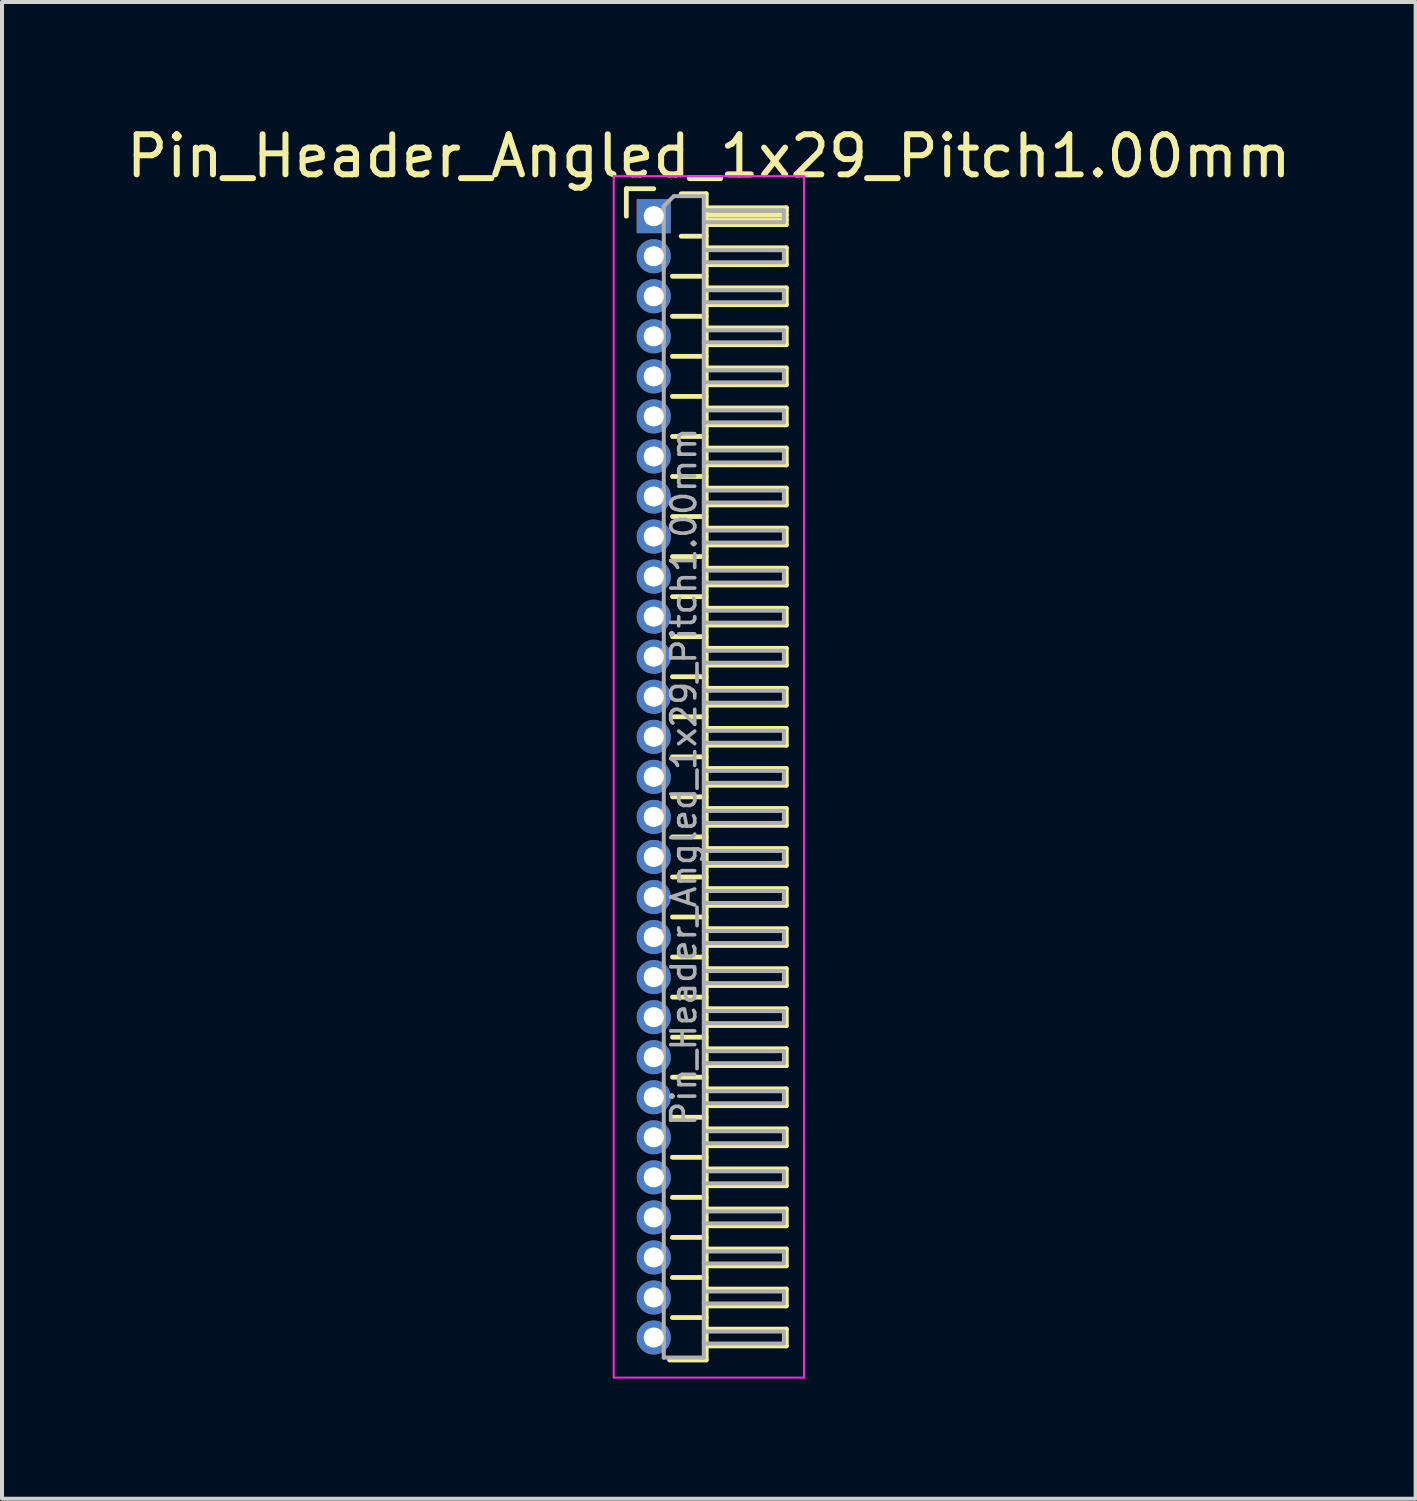
<source format=kicad_pcb>
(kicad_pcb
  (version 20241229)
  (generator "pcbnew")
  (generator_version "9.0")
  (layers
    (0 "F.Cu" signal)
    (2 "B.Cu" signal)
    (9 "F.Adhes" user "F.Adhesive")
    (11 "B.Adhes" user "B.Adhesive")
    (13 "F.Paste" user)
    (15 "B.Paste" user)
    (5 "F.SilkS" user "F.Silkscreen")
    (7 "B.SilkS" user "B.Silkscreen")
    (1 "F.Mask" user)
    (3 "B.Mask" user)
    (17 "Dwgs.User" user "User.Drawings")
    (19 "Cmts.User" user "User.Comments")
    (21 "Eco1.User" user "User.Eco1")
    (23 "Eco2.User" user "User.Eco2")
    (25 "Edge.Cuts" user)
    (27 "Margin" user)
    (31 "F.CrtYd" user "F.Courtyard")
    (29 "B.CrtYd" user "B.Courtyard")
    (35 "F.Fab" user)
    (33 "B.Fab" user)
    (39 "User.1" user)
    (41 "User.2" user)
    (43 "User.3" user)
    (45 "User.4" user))
  (footprint "Pin_Header_Angled_1x29_Pitch1.00mm"
    (layer "F.Cu")
    (at 13.274 2.348)
    (property "Reference" "Pin_Header_Angled_1x29_Pitch1.00mm" (at 1.375 -1.5 0) (layer "F.SilkS") (effects (font (size 1 1) (thickness 0.15))))
    (attr through_hole)
    (fp_line (start -0.685 -0.685) (end 0 -0.685) (stroke (width 0.12) (type solid)) (layer "F.SilkS"))
    (fp_line (start -0.685 0) (end -0.685 -0.685) (stroke (width 0.12) (type solid)) (layer "F.SilkS"))
    (fp_line (start 0.468 1.5) (end 1.31 1.5) (stroke (width 0.12) (type solid)) (layer "F.SilkS"))
    (fp_line (start 0.468 2.5) (end 1.31 2.5) (stroke (width 0.12) (type solid)) (layer "F.SilkS"))
    (fp_line (start 0.468 3.5) (end 1.31 3.5) (stroke (width 0.12) (type solid)) (layer "F.SilkS"))
    (fp_line (start 0.468 4.5) (end 1.31 4.5) (stroke (width 0.12) (type solid)) (layer "F.SilkS"))
    (fp_line (start 0.468 5.5) (end 1.31 5.5) (stroke (width 0.12) (type solid)) (layer "F.SilkS"))
    (fp_line (start 0.468 6.5) (end 1.31 6.5) (stroke (width 0.12) (type solid)) (layer "F.SilkS"))
    (fp_line (start 0.468 7.5) (end 1.31 7.5) (stroke (width 0.12) (type solid)) (layer "F.SilkS"))
    (fp_line (start 0.468 8.5) (end 1.31 8.5) (stroke (width 0.12) (type solid)) (layer "F.SilkS"))
    (fp_line (start 0.468 9.5) (end 1.31 9.5) (stroke (width 0.12) (type solid)) (layer "F.SilkS"))
    (fp_line (start 0.468 10.5) (end 1.31 10.5) (stroke (width 0.12) (type solid)) (layer "F.SilkS"))
    (fp_line (start 0.468 11.5) (end 1.31 11.5) (stroke (width 0.12) (type solid)) (layer "F.SilkS"))
    (fp_line (start 0.468 12.5) (end 1.31 12.5) (stroke (width 0.12) (type solid)) (layer "F.SilkS"))
    (fp_line (start 0.468 13.5) (end 1.31 13.5) (stroke (width 0.12) (type solid)) (layer "F.SilkS"))
    (fp_line (start 0.468 14.5) (end 1.31 14.5) (stroke (width 0.12) (type solid)) (layer "F.SilkS"))
    (fp_line (start 0.468 15.5) (end 1.31 15.5) (stroke (width 0.12) (type solid)) (layer "F.SilkS"))
    (fp_line (start 0.468 16.5) (end 1.31 16.5) (stroke (width 0.12) (type solid)) (layer "F.SilkS"))
    (fp_line (start 0.468 17.5) (end 1.31 17.5) (stroke (width 0.12) (type solid)) (layer "F.SilkS"))
    (fp_line (start 0.468 18.5) (end 1.31 18.5) (stroke (width 0.12) (type solid)) (layer "F.SilkS"))
    (fp_line (start 0.468 19.5) (end 1.31 19.5) (stroke (width 0.12) (type solid)) (layer "F.SilkS"))
    (fp_line (start 0.468 20.5) (end 1.31 20.5) (stroke (width 0.12) (type solid)) (layer "F.SilkS"))
    (fp_line (start 0.468 21.5) (end 1.31 21.5) (stroke (width 0.12) (type solid)) (layer "F.SilkS"))
    (fp_line (start 0.468 22.5) (end 1.31 22.5) (stroke (width 0.12) (type solid)) (layer "F.SilkS"))
    (fp_line (start 0.468 23.5) (end 1.31 23.5) (stroke (width 0.12) (type solid)) (layer "F.SilkS"))
    (fp_line (start 0.468 24.5) (end 1.31 24.5) (stroke (width 0.12) (type solid)) (layer "F.SilkS"))
    (fp_line (start 0.468 25.5) (end 1.31 25.5) (stroke (width 0.12) (type solid)) (layer "F.SilkS"))
    (fp_line (start 0.468 26.5) (end 1.31 26.5) (stroke (width 0.12) (type solid)) (layer "F.SilkS"))
    (fp_line (start 0.468 27.5) (end 1.31 27.5) (stroke (width 0.12) (type solid)) (layer "F.SilkS"))
    (fp_line (start 0.685 -0.56) (end 1.31 -0.56) (stroke (width 0.12) (type solid)) (layer "F.SilkS"))
    (fp_line (start 0.685 0.5) (end 1.31 0.5) (stroke (width 0.12) (type solid)) (layer "F.SilkS"))
    (fp_line (start 1.31 -0.56) (end 1.31 28.56) (stroke (width 0.12) (type solid)) (layer "F.SilkS"))
    (fp_line (start 1.31 -0.21) (end 3.31 -0.21) (stroke (width 0.12) (type solid)) (layer "F.SilkS"))
    (fp_line (start 1.31 -0.15) (end 3.31 -0.15) (stroke (width 0.12) (type solid)) (layer "F.SilkS"))
    (fp_line (start 1.31 -0.03) (end 3.31 -0.03) (stroke (width 0.12) (type solid)) (layer "F.SilkS"))
    (fp_line (start 1.31 0.09) (end 3.31 0.09) (stroke (width 0.12) (type solid)) (layer "F.SilkS"))
    (fp_line (start 1.31 0.79) (end 3.31 0.79) (stroke (width 0.12) (type solid)) (layer "F.SilkS"))
    (fp_line (start 1.31 1.79) (end 3.31 1.79) (stroke (width 0.12) (type solid)) (layer "F.SilkS"))
    (fp_line (start 1.31 2.79) (end 3.31 2.79) (stroke (width 0.12) (type solid)) (layer "F.SilkS"))
    (fp_line (start 1.31 3.79) (end 3.31 3.79) (stroke (width 0.12) (type solid)) (layer "F.SilkS"))
    (fp_line (start 1.31 4.79) (end 3.31 4.79) (stroke (width 0.12) (type solid)) (layer "F.SilkS"))
    (fp_line (start 1.31 5.79) (end 3.31 5.79) (stroke (width 0.12) (type solid)) (layer "F.SilkS"))
    (fp_line (start 1.31 6.79) (end 3.31 6.79) (stroke (width 0.12) (type solid)) (layer "F.SilkS"))
    (fp_line (start 1.31 7.79) (end 3.31 7.79) (stroke (width 0.12) (type solid)) (layer "F.SilkS"))
    (fp_line (start 1.31 8.79) (end 3.31 8.79) (stroke (width 0.12) (type solid)) (layer "F.SilkS"))
    (fp_line (start 1.31 9.79) (end 3.31 9.79) (stroke (width 0.12) (type solid)) (layer "F.SilkS"))
    (fp_line (start 1.31 10.79) (end 3.31 10.79) (stroke (width 0.12) (type solid)) (layer "F.SilkS"))
    (fp_line (start 1.31 11.79) (end 3.31 11.79) (stroke (width 0.12) (type solid)) (layer "F.SilkS"))
    (fp_line (start 1.31 12.79) (end 3.31 12.79) (stroke (width 0.12) (type solid)) (layer "F.SilkS"))
    (fp_line (start 1.31 13.79) (end 3.31 13.79) (stroke (width 0.12) (type solid)) (layer "F.SilkS"))
    (fp_line (start 1.31 14.79) (end 3.31 14.79) (stroke (width 0.12) (type solid)) (layer "F.SilkS"))
    (fp_line (start 1.31 15.79) (end 3.31 15.79) (stroke (width 0.12) (type solid)) (layer "F.SilkS"))
    (fp_line (start 1.31 16.79) (end 3.31 16.79) (stroke (width 0.12) (type solid)) (layer "F.SilkS"))
    (fp_line (start 1.31 17.79) (end 3.31 17.79) (stroke (width 0.12) (type solid)) (layer "F.SilkS"))
    (fp_line (start 1.31 18.79) (end 3.31 18.79) (stroke (width 0.12) (type solid)) (layer "F.SilkS"))
    (fp_line (start 1.31 19.79) (end 3.31 19.79) (stroke (width 0.12) (type solid)) (layer "F.SilkS"))
    (fp_line (start 1.31 20.79) (end 3.31 20.79) (stroke (width 0.12) (type solid)) (layer "F.SilkS"))
    (fp_line (start 1.31 21.79) (end 3.31 21.79) (stroke (width 0.12) (type solid)) (layer "F.SilkS"))
    (fp_line (start 1.31 22.79) (end 3.31 22.79) (stroke (width 0.12) (type solid)) (layer "F.SilkS"))
    (fp_line (start 1.31 23.79) (end 3.31 23.79) (stroke (width 0.12) (type solid)) (layer "F.SilkS"))
    (fp_line (start 1.31 24.79) (end 3.31 24.79) (stroke (width 0.12) (type solid)) (layer "F.SilkS"))
    (fp_line (start 1.31 25.79) (end 3.31 25.79) (stroke (width 0.12) (type solid)) (layer "F.SilkS"))
    (fp_line (start 1.31 26.79) (end 3.31 26.79) (stroke (width 0.12) (type solid)) (layer "F.SilkS"))
    (fp_line (start 1.31 27.79) (end 3.31 27.79) (stroke (width 0.12) (type solid)) (layer "F.SilkS"))
    (fp_line (start 1.31 28.56) (end 0.394 28.56) (stroke (width 0.12) (type solid)) (layer "F.SilkS"))
    (fp_line (start 3.31 -0.21) (end 3.31 0.21) (stroke (width 0.12) (type solid)) (layer "F.SilkS"))
    (fp_line (start 3.31 0.21) (end 1.31 0.21) (stroke (width 0.12) (type solid)) (layer "F.SilkS"))
    (fp_line (start 3.31 0.79) (end 3.31 1.21) (stroke (width 0.12) (type solid)) (layer "F.SilkS"))
    (fp_line (start 3.31 1.21) (end 1.31 1.21) (stroke (width 0.12) (type solid)) (layer "F.SilkS"))
    (fp_line (start 3.31 1.79) (end 3.31 2.21) (stroke (width 0.12) (type solid)) (layer "F.SilkS"))
    (fp_line (start 3.31 2.21) (end 1.31 2.21) (stroke (width 0.12) (type solid)) (layer "F.SilkS"))
    (fp_line (start 3.31 2.79) (end 3.31 3.21) (stroke (width 0.12) (type solid)) (layer "F.SilkS"))
    (fp_line (start 3.31 3.21) (end 1.31 3.21) (stroke (width 0.12) (type solid)) (layer "F.SilkS"))
    (fp_line (start 3.31 3.79) (end 3.31 4.21) (stroke (width 0.12) (type solid)) (layer "F.SilkS"))
    (fp_line (start 3.31 4.21) (end 1.31 4.21) (stroke (width 0.12) (type solid)) (layer "F.SilkS"))
    (fp_line (start 3.31 4.79) (end 3.31 5.21) (stroke (width 0.12) (type solid)) (layer "F.SilkS"))
    (fp_line (start 3.31 5.21) (end 1.31 5.21) (stroke (width 0.12) (type solid)) (layer "F.SilkS"))
    (fp_line (start 3.31 5.79) (end 3.31 6.21) (stroke (width 0.12) (type solid)) (layer "F.SilkS"))
    (fp_line (start 3.31 6.21) (end 1.31 6.21) (stroke (width 0.12) (type solid)) (layer "F.SilkS"))
    (fp_line (start 3.31 6.79) (end 3.31 7.21) (stroke (width 0.12) (type solid)) (layer "F.SilkS"))
    (fp_line (start 3.31 7.21) (end 1.31 7.21) (stroke (width 0.12) (type solid)) (layer "F.SilkS"))
    (fp_line (start 3.31 7.79) (end 3.31 8.21) (stroke (width 0.12) (type solid)) (layer "F.SilkS"))
    (fp_line (start 3.31 8.21) (end 1.31 8.21) (stroke (width 0.12) (type solid)) (layer "F.SilkS"))
    (fp_line (start 3.31 8.79) (end 3.31 9.21) (stroke (width 0.12) (type solid)) (layer "F.SilkS"))
    (fp_line (start 3.31 9.21) (end 1.31 9.21) (stroke (width 0.12) (type solid)) (layer "F.SilkS"))
    (fp_line (start 3.31 9.79) (end 3.31 10.21) (stroke (width 0.12) (type solid)) (layer "F.SilkS"))
    (fp_line (start 3.31 10.21) (end 1.31 10.21) (stroke (width 0.12) (type solid)) (layer "F.SilkS"))
    (fp_line (start 3.31 10.79) (end 3.31 11.21) (stroke (width 0.12) (type solid)) (layer "F.SilkS"))
    (fp_line (start 3.31 11.21) (end 1.31 11.21) (stroke (width 0.12) (type solid)) (layer "F.SilkS"))
    (fp_line (start 3.31 11.79) (end 3.31 12.21) (stroke (width 0.12) (type solid)) (layer "F.SilkS"))
    (fp_line (start 3.31 12.21) (end 1.31 12.21) (stroke (width 0.12) (type solid)) (layer "F.SilkS"))
    (fp_line (start 3.31 12.79) (end 3.31 13.21) (stroke (width 0.12) (type solid)) (layer "F.SilkS"))
    (fp_line (start 3.31 13.21) (end 1.31 13.21) (stroke (width 0.12) (type solid)) (layer "F.SilkS"))
    (fp_line (start 3.31 13.79) (end 3.31 14.21) (stroke (width 0.12) (type solid)) (layer "F.SilkS"))
    (fp_line (start 3.31 14.21) (end 1.31 14.21) (stroke (width 0.12) (type solid)) (layer "F.SilkS"))
    (fp_line (start 3.31 14.79) (end 3.31 15.21) (stroke (width 0.12) (type solid)) (layer "F.SilkS"))
    (fp_line (start 3.31 15.21) (end 1.31 15.21) (stroke (width 0.12) (type solid)) (layer "F.SilkS"))
    (fp_line (start 3.31 15.79) (end 3.31 16.21) (stroke (width 0.12) (type solid)) (layer "F.SilkS"))
    (fp_line (start 3.31 16.21) (end 1.31 16.21) (stroke (width 0.12) (type solid)) (layer "F.SilkS"))
    (fp_line (start 3.31 16.79) (end 3.31 17.21) (stroke (width 0.12) (type solid)) (layer "F.SilkS"))
    (fp_line (start 3.31 17.21) (end 1.31 17.21) (stroke (width 0.12) (type solid)) (layer "F.SilkS"))
    (fp_line (start 3.31 17.79) (end 3.31 18.21) (stroke (width 0.12) (type solid)) (layer "F.SilkS"))
    (fp_line (start 3.31 18.21) (end 1.31 18.21) (stroke (width 0.12) (type solid)) (layer "F.SilkS"))
    (fp_line (start 3.31 18.79) (end 3.31 19.21) (stroke (width 0.12) (type solid)) (layer "F.SilkS"))
    (fp_line (start 3.31 19.21) (end 1.31 19.21) (stroke (width 0.12) (type solid)) (layer "F.SilkS"))
    (fp_line (start 3.31 19.79) (end 3.31 20.21) (stroke (width 0.12) (type solid)) (layer "F.SilkS"))
    (fp_line (start 3.31 20.21) (end 1.31 20.21) (stroke (width 0.12) (type solid)) (layer "F.SilkS"))
    (fp_line (start 3.31 20.79) (end 3.31 21.21) (stroke (width 0.12) (type solid)) (layer "F.SilkS"))
    (fp_line (start 3.31 21.21) (end 1.31 21.21) (stroke (width 0.12) (type solid)) (layer "F.SilkS"))
    (fp_line (start 3.31 21.79) (end 3.31 22.21) (stroke (width 0.12) (type solid)) (layer "F.SilkS"))
    (fp_line (start 3.31 22.21) (end 1.31 22.21) (stroke (width 0.12) (type solid)) (layer "F.SilkS"))
    (fp_line (start 3.31 22.79) (end 3.31 23.21) (stroke (width 0.12) (type solid)) (layer "F.SilkS"))
    (fp_line (start 3.31 23.21) (end 1.31 23.21) (stroke (width 0.12) (type solid)) (layer "F.SilkS"))
    (fp_line (start 3.31 23.79) (end 3.31 24.21) (stroke (width 0.12) (type solid)) (layer "F.SilkS"))
    (fp_line (start 3.31 24.21) (end 1.31 24.21) (stroke (width 0.12) (type solid)) (layer "F.SilkS"))
    (fp_line (start 3.31 24.79) (end 3.31 25.21) (stroke (width 0.12) (type solid)) (layer "F.SilkS"))
    (fp_line (start 3.31 25.21) (end 1.31 25.21) (stroke (width 0.12) (type solid)) (layer "F.SilkS"))
    (fp_line (start 3.31 25.79) (end 3.31 26.21) (stroke (width 0.12) (type solid)) (layer "F.SilkS"))
    (fp_line (start 3.31 26.21) (end 1.31 26.21) (stroke (width 0.12) (type solid)) (layer "F.SilkS"))
    (fp_line (start 3.31 26.79) (end 3.31 27.21) (stroke (width 0.12) (type solid)) (layer "F.SilkS"))
    (fp_line (start 3.31 27.21) (end 1.31 27.21) (stroke (width 0.12) (type solid)) (layer "F.SilkS"))
    (fp_line (start 3.31 27.79) (end 3.31 28.21) (stroke (width 0.12) (type solid)) (layer "F.SilkS"))
    (fp_line (start 3.31 28.21) (end 1.31 28.21) (stroke (width 0.12) (type solid)) (layer "F.SilkS"))
    (fp_line (start -1 -1) (end -1 29) (stroke (width 0.05) (type solid)) (layer "F.CrtYd"))
    (fp_line (start -1 29) (end 3.75 29) (stroke (width 0.05) (type solid)) (layer "F.CrtYd"))
    (fp_line (start 3.75 -1) (end -1 -1) (stroke (width 0.05) (type solid)) (layer "F.CrtYd"))
    (fp_line (start 3.75 29) (end 3.75 -1) (stroke (width 0.05) (type solid)) (layer "F.CrtYd"))
    (fp_line (start -0.15 -0.15) (end -0.15 0.15) (stroke (width 0.1) (type solid)) (layer "F.Fab"))
    (fp_line (start -0.15 -0.15) (end 0.25 -0.15) (stroke (width 0.1) (type solid)) (layer "F.Fab"))
    (fp_line (start -0.15 0.15) (end 0.25 0.15) (stroke (width 0.1) (type solid)) (layer "F.Fab"))
    (fp_line (start -0.15 0.85) (end -0.15 1.15) (stroke (width 0.1) (type solid)) (layer "F.Fab"))
    (fp_line (start -0.15 0.85) (end 0.25 0.85) (stroke (width 0.1) (type solid)) (layer "F.Fab"))
    (fp_line (start -0.15 1.15) (end 0.25 1.15) (stroke (width 0.1) (type solid)) (layer "F.Fab"))
    (fp_line (start -0.15 1.85) (end -0.15 2.15) (stroke (width 0.1) (type solid)) (layer "F.Fab"))
    (fp_line (start -0.15 1.85) (end 0.25 1.85) (stroke (width 0.1) (type solid)) (layer "F.Fab"))
    (fp_line (start -0.15 2.15) (end 0.25 2.15) (stroke (width 0.1) (type solid)) (layer "F.Fab"))
    (fp_line (start -0.15 2.85) (end -0.15 3.15) (stroke (width 0.1) (type solid)) (layer "F.Fab"))
    (fp_line (start -0.15 2.85) (end 0.25 2.85) (stroke (width 0.1) (type solid)) (layer "F.Fab"))
    (fp_line (start -0.15 3.15) (end 0.25 3.15) (stroke (width 0.1) (type solid)) (layer "F.Fab"))
    (fp_line (start -0.15 3.85) (end -0.15 4.15) (stroke (width 0.1) (type solid)) (layer "F.Fab"))
    (fp_line (start -0.15 3.85) (end 0.25 3.85) (stroke (width 0.1) (type solid)) (layer "F.Fab"))
    (fp_line (start -0.15 4.15) (end 0.25 4.15) (stroke (width 0.1) (type solid)) (layer "F.Fab"))
    (fp_line (start -0.15 4.85) (end -0.15 5.15) (stroke (width 0.1) (type solid)) (layer "F.Fab"))
    (fp_line (start -0.15 4.85) (end 0.25 4.85) (stroke (width 0.1) (type solid)) (layer "F.Fab"))
    (fp_line (start -0.15 5.15) (end 0.25 5.15) (stroke (width 0.1) (type solid)) (layer "F.Fab"))
    (fp_line (start -0.15 5.85) (end -0.15 6.15) (stroke (width 0.1) (type solid)) (layer "F.Fab"))
    (fp_line (start -0.15 5.85) (end 0.25 5.85) (stroke (width 0.1) (type solid)) (layer "F.Fab"))
    (fp_line (start -0.15 6.15) (end 0.25 6.15) (stroke (width 0.1) (type solid)) (layer "F.Fab"))
    (fp_line (start -0.15 6.85) (end -0.15 7.15) (stroke (width 0.1) (type solid)) (layer "F.Fab"))
    (fp_line (start -0.15 6.85) (end 0.25 6.85) (stroke (width 0.1) (type solid)) (layer "F.Fab"))
    (fp_line (start -0.15 7.15) (end 0.25 7.15) (stroke (width 0.1) (type solid)) (layer "F.Fab"))
    (fp_line (start -0.15 7.85) (end -0.15 8.15) (stroke (width 0.1) (type solid)) (layer "F.Fab"))
    (fp_line (start -0.15 7.85) (end 0.25 7.85) (stroke (width 0.1) (type solid)) (layer "F.Fab"))
    (fp_line (start -0.15 8.15) (end 0.25 8.15) (stroke (width 0.1) (type solid)) (layer "F.Fab"))
    (fp_line (start -0.15 8.85) (end -0.15 9.15) (stroke (width 0.1) (type solid)) (layer "F.Fab"))
    (fp_line (start -0.15 8.85) (end 0.25 8.85) (stroke (width 0.1) (type solid)) (layer "F.Fab"))
    (fp_line (start -0.15 9.15) (end 0.25 9.15) (stroke (width 0.1) (type solid)) (layer "F.Fab"))
    (fp_line (start -0.15 9.85) (end -0.15 10.15) (stroke (width 0.1) (type solid)) (layer "F.Fab"))
    (fp_line (start -0.15 9.85) (end 0.25 9.85) (stroke (width 0.1) (type solid)) (layer "F.Fab"))
    (fp_line (start -0.15 10.15) (end 0.25 10.15) (stroke (width 0.1) (type solid)) (layer "F.Fab"))
    (fp_line (start -0.15 10.85) (end -0.15 11.15) (stroke (width 0.1) (type solid)) (layer "F.Fab"))
    (fp_line (start -0.15 10.85) (end 0.25 10.85) (stroke (width 0.1) (type solid)) (layer "F.Fab"))
    (fp_line (start -0.15 11.15) (end 0.25 11.15) (stroke (width 0.1) (type solid)) (layer "F.Fab"))
    (fp_line (start -0.15 11.85) (end -0.15 12.15) (stroke (width 0.1) (type solid)) (layer "F.Fab"))
    (fp_line (start -0.15 11.85) (end 0.25 11.85) (stroke (width 0.1) (type solid)) (layer "F.Fab"))
    (fp_line (start -0.15 12.15) (end 0.25 12.15) (stroke (width 0.1) (type solid)) (layer "F.Fab"))
    (fp_line (start -0.15 12.85) (end -0.15 13.15) (stroke (width 0.1) (type solid)) (layer "F.Fab"))
    (fp_line (start -0.15 12.85) (end 0.25 12.85) (stroke (width 0.1) (type solid)) (layer "F.Fab"))
    (fp_line (start -0.15 13.15) (end 0.25 13.15) (stroke (width 0.1) (type solid)) (layer "F.Fab"))
    (fp_line (start -0.15 13.85) (end -0.15 14.15) (stroke (width 0.1) (type solid)) (layer "F.Fab"))
    (fp_line (start -0.15 13.85) (end 0.25 13.85) (stroke (width 0.1) (type solid)) (layer "F.Fab"))
    (fp_line (start -0.15 14.15) (end 0.25 14.15) (stroke (width 0.1) (type solid)) (layer "F.Fab"))
    (fp_line (start -0.15 14.85) (end -0.15 15.15) (stroke (width 0.1) (type solid)) (layer "F.Fab"))
    (fp_line (start -0.15 14.85) (end 0.25 14.85) (stroke (width 0.1) (type solid)) (layer "F.Fab"))
    (fp_line (start -0.15 15.15) (end 0.25 15.15) (stroke (width 0.1) (type solid)) (layer "F.Fab"))
    (fp_line (start -0.15 15.85) (end -0.15 16.15) (stroke (width 0.1) (type solid)) (layer "F.Fab"))
    (fp_line (start -0.15 15.85) (end 0.25 15.85) (stroke (width 0.1) (type solid)) (layer "F.Fab"))
    (fp_line (start -0.15 16.15) (end 0.25 16.15) (stroke (width 0.1) (type solid)) (layer "F.Fab"))
    (fp_line (start -0.15 16.85) (end -0.15 17.15) (stroke (width 0.1) (type solid)) (layer "F.Fab"))
    (fp_line (start -0.15 16.85) (end 0.25 16.85) (stroke (width 0.1) (type solid)) (layer "F.Fab"))
    (fp_line (start -0.15 17.15) (end 0.25 17.15) (stroke (width 0.1) (type solid)) (layer "F.Fab"))
    (fp_line (start -0.15 17.85) (end -0.15 18.15) (stroke (width 0.1) (type solid)) (layer "F.Fab"))
    (fp_line (start -0.15 17.85) (end 0.25 17.85) (stroke (width 0.1) (type solid)) (layer "F.Fab"))
    (fp_line (start -0.15 18.15) (end 0.25 18.15) (stroke (width 0.1) (type solid)) (layer "F.Fab"))
    (fp_line (start -0.15 18.85) (end -0.15 19.15) (stroke (width 0.1) (type solid)) (layer "F.Fab"))
    (fp_line (start -0.15 18.85) (end 0.25 18.85) (stroke (width 0.1) (type solid)) (layer "F.Fab"))
    (fp_line (start -0.15 19.15) (end 0.25 19.15) (stroke (width 0.1) (type solid)) (layer "F.Fab"))
    (fp_line (start -0.15 19.85) (end -0.15 20.15) (stroke (width 0.1) (type solid)) (layer "F.Fab"))
    (fp_line (start -0.15 19.85) (end 0.25 19.85) (stroke (width 0.1) (type solid)) (layer "F.Fab"))
    (fp_line (start -0.15 20.15) (end 0.25 20.15) (stroke (width 0.1) (type solid)) (layer "F.Fab"))
    (fp_line (start -0.15 20.85) (end -0.15 21.15) (stroke (width 0.1) (type solid)) (layer "F.Fab"))
    (fp_line (start -0.15 20.85) (end 0.25 20.85) (stroke (width 0.1) (type solid)) (layer "F.Fab"))
    (fp_line (start -0.15 21.15) (end 0.25 21.15) (stroke (width 0.1) (type solid)) (layer "F.Fab"))
    (fp_line (start -0.15 21.85) (end -0.15 22.15) (stroke (width 0.1) (type solid)) (layer "F.Fab"))
    (fp_line (start -0.15 21.85) (end 0.25 21.85) (stroke (width 0.1) (type solid)) (layer "F.Fab"))
    (fp_line (start -0.15 22.15) (end 0.25 22.15) (stroke (width 0.1) (type solid)) (layer "F.Fab"))
    (fp_line (start -0.15 22.85) (end -0.15 23.15) (stroke (width 0.1) (type solid)) (layer "F.Fab"))
    (fp_line (start -0.15 22.85) (end 0.25 22.85) (stroke (width 0.1) (type solid)) (layer "F.Fab"))
    (fp_line (start -0.15 23.15) (end 0.25 23.15) (stroke (width 0.1) (type solid)) (layer "F.Fab"))
    (fp_line (start -0.15 23.85) (end -0.15 24.15) (stroke (width 0.1) (type solid)) (layer "F.Fab"))
    (fp_line (start -0.15 23.85) (end 0.25 23.85) (stroke (width 0.1) (type solid)) (layer "F.Fab"))
    (fp_line (start -0.15 24.15) (end 0.25 24.15) (stroke (width 0.1) (type solid)) (layer "F.Fab"))
    (fp_line (start -0.15 24.85) (end -0.15 25.15) (stroke (width 0.1) (type solid)) (layer "F.Fab"))
    (fp_line (start -0.15 24.85) (end 0.25 24.85) (stroke (width 0.1) (type solid)) (layer "F.Fab"))
    (fp_line (start -0.15 25.15) (end 0.25 25.15) (stroke (width 0.1) (type solid)) (layer "F.Fab"))
    (fp_line (start -0.15 25.85) (end -0.15 26.15) (stroke (width 0.1) (type solid)) (layer "F.Fab"))
    (fp_line (start -0.15 25.85) (end 0.25 25.85) (stroke (width 0.1) (type solid)) (layer "F.Fab"))
    (fp_line (start -0.15 26.15) (end 0.25 26.15) (stroke (width 0.1) (type solid)) (layer "F.Fab"))
    (fp_line (start -0.15 26.85) (end -0.15 27.15) (stroke (width 0.1) (type solid)) (layer "F.Fab"))
    (fp_line (start -0.15 26.85) (end 0.25 26.85) (stroke (width 0.1) (type solid)) (layer "F.Fab"))
    (fp_line (start -0.15 27.15) (end 0.25 27.15) (stroke (width 0.1) (type solid)) (layer "F.Fab"))
    (fp_line (start -0.15 27.85) (end -0.15 28.15) (stroke (width 0.1) (type solid)) (layer "F.Fab"))
    (fp_line (start -0.15 27.85) (end 0.25 27.85) (stroke (width 0.1) (type solid)) (layer "F.Fab"))
    (fp_line (start -0.15 28.15) (end 0.25 28.15) (stroke (width 0.1) (type solid)) (layer "F.Fab"))
    (fp_line (start 0.25 -0.25) (end 0.5 -0.5) (stroke (width 0.1) (type solid)) (layer "F.Fab"))
    (fp_line (start 0.25 28.5) (end 0.25 -0.25) (stroke (width 0.1) (type solid)) (layer "F.Fab"))
    (fp_line (start 0.5 -0.5) (end 1.25 -0.5) (stroke (width 0.1) (type solid)) (layer "F.Fab"))
    (fp_line (start 1.25 -0.5) (end 1.25 28.5) (stroke (width 0.1) (type solid)) (layer "F.Fab"))
    (fp_line (start 1.25 -0.15) (end 3.25 -0.15) (stroke (width 0.1) (type solid)) (layer "F.Fab"))
    (fp_line (start 1.25 0.15) (end 3.25 0.15) (stroke (width 0.1) (type solid)) (layer "F.Fab"))
    (fp_line (start 1.25 0.85) (end 3.25 0.85) (stroke (width 0.1) (type solid)) (layer "F.Fab"))
    (fp_line (start 1.25 1.15) (end 3.25 1.15) (stroke (width 0.1) (type solid)) (layer "F.Fab"))
    (fp_line (start 1.25 1.85) (end 3.25 1.85) (stroke (width 0.1) (type solid)) (layer "F.Fab"))
    (fp_line (start 1.25 2.15) (end 3.25 2.15) (stroke (width 0.1) (type solid)) (layer "F.Fab"))
    (fp_line (start 1.25 2.85) (end 3.25 2.85) (stroke (width 0.1) (type solid)) (layer "F.Fab"))
    (fp_line (start 1.25 3.15) (end 3.25 3.15) (stroke (width 0.1) (type solid)) (layer "F.Fab"))
    (fp_line (start 1.25 3.85) (end 3.25 3.85) (stroke (width 0.1) (type solid)) (layer "F.Fab"))
    (fp_line (start 1.25 4.15) (end 3.25 4.15) (stroke (width 0.1) (type solid)) (layer "F.Fab"))
    (fp_line (start 1.25 4.85) (end 3.25 4.85) (stroke (width 0.1) (type solid)) (layer "F.Fab"))
    (fp_line (start 1.25 5.15) (end 3.25 5.15) (stroke (width 0.1) (type solid)) (layer "F.Fab"))
    (fp_line (start 1.25 5.85) (end 3.25 5.85) (stroke (width 0.1) (type solid)) (layer "F.Fab"))
    (fp_line (start 1.25 6.15) (end 3.25 6.15) (stroke (width 0.1) (type solid)) (layer "F.Fab"))
    (fp_line (start 1.25 6.85) (end 3.25 6.85) (stroke (width 0.1) (type solid)) (layer "F.Fab"))
    (fp_line (start 1.25 7.15) (end 3.25 7.15) (stroke (width 0.1) (type solid)) (layer "F.Fab"))
    (fp_line (start 1.25 7.85) (end 3.25 7.85) (stroke (width 0.1) (type solid)) (layer "F.Fab"))
    (fp_line (start 1.25 8.15) (end 3.25 8.15) (stroke (width 0.1) (type solid)) (layer "F.Fab"))
    (fp_line (start 1.25 8.85) (end 3.25 8.85) (stroke (width 0.1) (type solid)) (layer "F.Fab"))
    (fp_line (start 1.25 9.15) (end 3.25 9.15) (stroke (width 0.1) (type solid)) (layer "F.Fab"))
    (fp_line (start 1.25 9.85) (end 3.25 9.85) (stroke (width 0.1) (type solid)) (layer "F.Fab"))
    (fp_line (start 1.25 10.15) (end 3.25 10.15) (stroke (width 0.1) (type solid)) (layer "F.Fab"))
    (fp_line (start 1.25 10.85) (end 3.25 10.85) (stroke (width 0.1) (type solid)) (layer "F.Fab"))
    (fp_line (start 1.25 11.15) (end 3.25 11.15) (stroke (width 0.1) (type solid)) (layer "F.Fab"))
    (fp_line (start 1.25 11.85) (end 3.25 11.85) (stroke (width 0.1) (type solid)) (layer "F.Fab"))
    (fp_line (start 1.25 12.15) (end 3.25 12.15) (stroke (width 0.1) (type solid)) (layer "F.Fab"))
    (fp_line (start 1.25 12.85) (end 3.25 12.85) (stroke (width 0.1) (type solid)) (layer "F.Fab"))
    (fp_line (start 1.25 13.15) (end 3.25 13.15) (stroke (width 0.1) (type solid)) (layer "F.Fab"))
    (fp_line (start 1.25 13.85) (end 3.25 13.85) (stroke (width 0.1) (type solid)) (layer "F.Fab"))
    (fp_line (start 1.25 14.15) (end 3.25 14.15) (stroke (width 0.1) (type solid)) (layer "F.Fab"))
    (fp_line (start 1.25 14.85) (end 3.25 14.85) (stroke (width 0.1) (type solid)) (layer "F.Fab"))
    (fp_line (start 1.25 15.15) (end 3.25 15.15) (stroke (width 0.1) (type solid)) (layer "F.Fab"))
    (fp_line (start 1.25 15.85) (end 3.25 15.85) (stroke (width 0.1) (type solid)) (layer "F.Fab"))
    (fp_line (start 1.25 16.15) (end 3.25 16.15) (stroke (width 0.1) (type solid)) (layer "F.Fab"))
    (fp_line (start 1.25 16.85) (end 3.25 16.85) (stroke (width 0.1) (type solid)) (layer "F.Fab"))
    (fp_line (start 1.25 17.15) (end 3.25 17.15) (stroke (width 0.1) (type solid)) (layer "F.Fab"))
    (fp_line (start 1.25 17.85) (end 3.25 17.85) (stroke (width 0.1) (type solid)) (layer "F.Fab"))
    (fp_line (start 1.25 18.15) (end 3.25 18.15) (stroke (width 0.1) (type solid)) (layer "F.Fab"))
    (fp_line (start 1.25 18.85) (end 3.25 18.85) (stroke (width 0.1) (type solid)) (layer "F.Fab"))
    (fp_line (start 1.25 19.15) (end 3.25 19.15) (stroke (width 0.1) (type solid)) (layer "F.Fab"))
    (fp_line (start 1.25 19.85) (end 3.25 19.85) (stroke (width 0.1) (type solid)) (layer "F.Fab"))
    (fp_line (start 1.25 20.15) (end 3.25 20.15) (stroke (width 0.1) (type solid)) (layer "F.Fab"))
    (fp_line (start 1.25 20.85) (end 3.25 20.85) (stroke (width 0.1) (type solid)) (layer "F.Fab"))
    (fp_line (start 1.25 21.15) (end 3.25 21.15) (stroke (width 0.1) (type solid)) (layer "F.Fab"))
    (fp_line (start 1.25 21.85) (end 3.25 21.85) (stroke (width 0.1) (type solid)) (layer "F.Fab"))
    (fp_line (start 1.25 22.15) (end 3.25 22.15) (stroke (width 0.1) (type solid)) (layer "F.Fab"))
    (fp_line (start 1.25 22.85) (end 3.25 22.85) (stroke (width 0.1) (type solid)) (layer "F.Fab"))
    (fp_line (start 1.25 23.15) (end 3.25 23.15) (stroke (width 0.1) (type solid)) (layer "F.Fab"))
    (fp_line (start 1.25 23.85) (end 3.25 23.85) (stroke (width 0.1) (type solid)) (layer "F.Fab"))
    (fp_line (start 1.25 24.15) (end 3.25 24.15) (stroke (width 0.1) (type solid)) (layer "F.Fab"))
    (fp_line (start 1.25 24.85) (end 3.25 24.85) (stroke (width 0.1) (type solid)) (layer "F.Fab"))
    (fp_line (start 1.25 25.15) (end 3.25 25.15) (stroke (width 0.1) (type solid)) (layer "F.Fab"))
    (fp_line (start 1.25 25.85) (end 3.25 25.85) (stroke (width 0.1) (type solid)) (layer "F.Fab"))
    (fp_line (start 1.25 26.15) (end 3.25 26.15) (stroke (width 0.1) (type solid)) (layer "F.Fab"))
    (fp_line (start 1.25 26.85) (end 3.25 26.85) (stroke (width 0.1) (type solid)) (layer "F.Fab"))
    (fp_line (start 1.25 27.15) (end 3.25 27.15) (stroke (width 0.1) (type solid)) (layer "F.Fab"))
    (fp_line (start 1.25 27.85) (end 3.25 27.85) (stroke (width 0.1) (type solid)) (layer "F.Fab"))
    (fp_line (start 1.25 28.15) (end 3.25 28.15) (stroke (width 0.1) (type solid)) (layer "F.Fab"))
    (fp_line (start 1.25 28.5) (end 0.25 28.5) (stroke (width 0.1) (type solid)) (layer "F.Fab"))
    (fp_line (start 3.25 -0.15) (end 3.25 0.15) (stroke (width 0.1) (type solid)) (layer "F.Fab"))
    (fp_line (start 3.25 0.85) (end 3.25 1.15) (stroke (width 0.1) (type solid)) (layer "F.Fab"))
    (fp_line (start 3.25 1.85) (end 3.25 2.15) (stroke (width 0.1) (type solid)) (layer "F.Fab"))
    (fp_line (start 3.25 2.85) (end 3.25 3.15) (stroke (width 0.1) (type solid)) (layer "F.Fab"))
    (fp_line (start 3.25 3.85) (end 3.25 4.15) (stroke (width 0.1) (type solid)) (layer "F.Fab"))
    (fp_line (start 3.25 4.85) (end 3.25 5.15) (stroke (width 0.1) (type solid)) (layer "F.Fab"))
    (fp_line (start 3.25 5.85) (end 3.25 6.15) (stroke (width 0.1) (type solid)) (layer "F.Fab"))
    (fp_line (start 3.25 6.85) (end 3.25 7.15) (stroke (width 0.1) (type solid)) (layer "F.Fab"))
    (fp_line (start 3.25 7.85) (end 3.25 8.15) (stroke (width 0.1) (type solid)) (layer "F.Fab"))
    (fp_line (start 3.25 8.85) (end 3.25 9.15) (stroke (width 0.1) (type solid)) (layer "F.Fab"))
    (fp_line (start 3.25 9.85) (end 3.25 10.15) (stroke (width 0.1) (type solid)) (layer "F.Fab"))
    (fp_line (start 3.25 10.85) (end 3.25 11.15) (stroke (width 0.1) (type solid)) (layer "F.Fab"))
    (fp_line (start 3.25 11.85) (end 3.25 12.15) (stroke (width 0.1) (type solid)) (layer "F.Fab"))
    (fp_line (start 3.25 12.85) (end 3.25 13.15) (stroke (width 0.1) (type solid)) (layer "F.Fab"))
    (fp_line (start 3.25 13.85) (end 3.25 14.15) (stroke (width 0.1) (type solid)) (layer "F.Fab"))
    (fp_line (start 3.25 14.85) (end 3.25 15.15) (stroke (width 0.1) (type solid)) (layer "F.Fab"))
    (fp_line (start 3.25 15.85) (end 3.25 16.15) (stroke (width 0.1) (type solid)) (layer "F.Fab"))
    (fp_line (start 3.25 16.85) (end 3.25 17.15) (stroke (width 0.1) (type solid)) (layer "F.Fab"))
    (fp_line (start 3.25 17.85) (end 3.25 18.15) (stroke (width 0.1) (type solid)) (layer "F.Fab"))
    (fp_line (start 3.25 18.85) (end 3.25 19.15) (stroke (width 0.1) (type solid)) (layer "F.Fab"))
    (fp_line (start 3.25 19.85) (end 3.25 20.15) (stroke (width 0.1) (type solid)) (layer "F.Fab"))
    (fp_line (start 3.25 20.85) (end 3.25 21.15) (stroke (width 0.1) (type solid)) (layer "F.Fab"))
    (fp_line (start 3.25 21.85) (end 3.25 22.15) (stroke (width 0.1) (type solid)) (layer "F.Fab"))
    (fp_line (start 3.25 22.85) (end 3.25 23.15) (stroke (width 0.1) (type solid)) (layer "F.Fab"))
    (fp_line (start 3.25 23.85) (end 3.25 24.15) (stroke (width 0.1) (type solid)) (layer "F.Fab"))
    (fp_line (start 3.25 24.85) (end 3.25 25.15) (stroke (width 0.1) (type solid)) (layer "F.Fab"))
    (fp_line (start 3.25 25.85) (end 3.25 26.15) (stroke (width 0.1) (type solid)) (layer "F.Fab"))
    (fp_line (start 3.25 26.85) (end 3.25 27.15) (stroke (width 0.1) (type solid)) (layer "F.Fab"))
    (fp_line (start 3.25 27.85) (end 3.25 28.15) (stroke (width 0.1) (type solid)) (layer "F.Fab"))
    (fp_text user "${REFERENCE}" (at 0.75 14 90) (layer "F.Fab") (effects (font (size 0.6 0.6) (thickness 0.09))))
    (pad "1" thru_hole rect (at 0 0) (size 0.85 0.85) (drill 0.5) (layers "*.Cu" "*.Mask"))
    (pad "2" thru_hole oval (at 0 1) (size 0.85 0.85) (drill 0.5) (layers "*.Cu" "*.Mask"))
    (pad "3" thru_hole oval (at 0 2) (size 0.85 0.85) (drill 0.5) (layers "*.Cu" "*.Mask"))
    (pad "4" thru_hole oval (at 0 3) (size 0.85 0.85) (drill 0.5) (layers "*.Cu" "*.Mask"))
    (pad "5" thru_hole oval (at 0 4) (size 0.85 0.85) (drill 0.5) (layers "*.Cu" "*.Mask"))
    (pad "6" thru_hole oval (at 0 5) (size 0.85 0.85) (drill 0.5) (layers "*.Cu" "*.Mask"))
    (pad "7" thru_hole oval (at 0 6) (size 0.85 0.85) (drill 0.5) (layers "*.Cu" "*.Mask"))
    (pad "8" thru_hole oval (at 0 7) (size 0.85 0.85) (drill 0.5) (layers "*.Cu" "*.Mask"))
    (pad "9" thru_hole oval (at 0 8) (size 0.85 0.85) (drill 0.5) (layers "*.Cu" "*.Mask"))
    (pad "10" thru_hole oval (at 0 9) (size 0.85 0.85) (drill 0.5) (layers "*.Cu" "*.Mask"))
    (pad "11" thru_hole oval (at 0 10) (size 0.85 0.85) (drill 0.5) (layers "*.Cu" "*.Mask"))
    (pad "12" thru_hole oval (at 0 11) (size 0.85 0.85) (drill 0.5) (layers "*.Cu" "*.Mask"))
    (pad "13" thru_hole oval (at 0 12) (size 0.85 0.85) (drill 0.5) (layers "*.Cu" "*.Mask"))
    (pad "14" thru_hole oval (at 0 13) (size 0.85 0.85) (drill 0.5) (layers "*.Cu" "*.Mask"))
    (pad "15" thru_hole oval (at 0 14) (size 0.85 0.85) (drill 0.5) (layers "*.Cu" "*.Mask"))
    (pad "16" thru_hole oval (at 0 15) (size 0.85 0.85) (drill 0.5) (layers "*.Cu" "*.Mask"))
    (pad "17" thru_hole oval (at 0 16) (size 0.85 0.85) (drill 0.5) (layers "*.Cu" "*.Mask"))
    (pad "18" thru_hole oval (at 0 17) (size 0.85 0.85) (drill 0.5) (layers "*.Cu" "*.Mask"))
    (pad "19" thru_hole oval (at 0 18) (size 0.85 0.85) (drill 0.5) (layers "*.Cu" "*.Mask"))
    (pad "20" thru_hole oval (at 0 19) (size 0.85 0.85) (drill 0.5) (layers "*.Cu" "*.Mask"))
    (pad "21" thru_hole oval (at 0 20) (size 0.85 0.85) (drill 0.5) (layers "*.Cu" "*.Mask"))
    (pad "22" thru_hole oval (at 0 21) (size 0.85 0.85) (drill 0.5) (layers "*.Cu" "*.Mask"))
    (pad "23" thru_hole oval (at 0 22) (size 0.85 0.85) (drill 0.5) (layers "*.Cu" "*.Mask"))
    (pad "24" thru_hole oval (at 0 23) (size 0.85 0.85) (drill 0.5) (layers "*.Cu" "*.Mask"))
    (pad "25" thru_hole oval (at 0 24) (size 0.85 0.85) (drill 0.5) (layers "*.Cu" "*.Mask"))
    (pad "26" thru_hole oval (at 0 25) (size 0.85 0.85) (drill 0.5) (layers "*.Cu" "*.Mask"))
    (pad "27" thru_hole oval (at 0 26) (size 0.85 0.85) (drill 0.5) (layers "*.Cu" "*.Mask"))
    (pad "28" thru_hole oval (at 0 27) (size 0.85 0.85) (drill 0.5) (layers "*.Cu" "*.Mask"))
    (pad "29" thru_hole oval (at 0 28) (size 0.85 0.85) (drill 0.5) (layers "*.Cu" "*.Mask")))
  (gr_rect
    (start -3 -3)
    (end 32.298 34.373)
    (stroke (width 0.1) (type default))
    (fill no)
    (layer "Edge.Cuts")))
</source>
